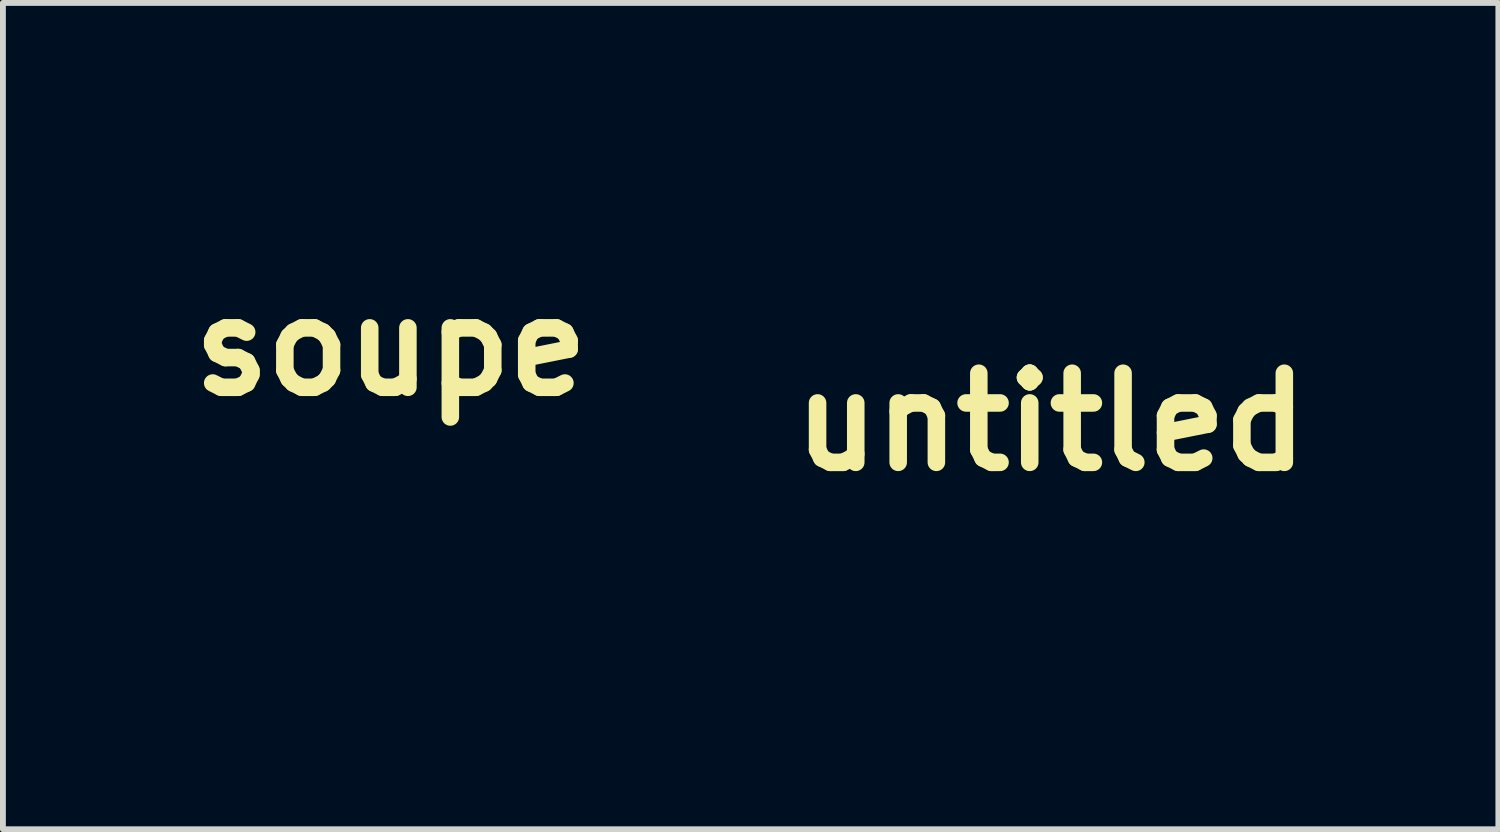
<source format=kicad_pcb>
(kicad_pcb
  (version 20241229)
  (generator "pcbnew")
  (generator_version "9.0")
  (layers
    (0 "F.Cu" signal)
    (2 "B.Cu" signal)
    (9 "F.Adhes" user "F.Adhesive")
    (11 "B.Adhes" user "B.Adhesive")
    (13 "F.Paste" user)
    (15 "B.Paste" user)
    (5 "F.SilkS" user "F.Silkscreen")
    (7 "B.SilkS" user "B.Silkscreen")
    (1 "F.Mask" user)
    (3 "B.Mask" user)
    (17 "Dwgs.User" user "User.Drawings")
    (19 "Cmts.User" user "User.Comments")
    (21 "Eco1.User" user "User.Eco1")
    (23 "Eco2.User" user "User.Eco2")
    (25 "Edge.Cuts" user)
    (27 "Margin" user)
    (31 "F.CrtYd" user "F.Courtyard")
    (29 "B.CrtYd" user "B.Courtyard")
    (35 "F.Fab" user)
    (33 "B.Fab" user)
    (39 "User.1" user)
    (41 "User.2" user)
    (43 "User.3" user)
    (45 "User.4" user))
  (footprint "untitled"
    (layer "F.Cu")
    (at 14.924 4.168)
    (property "Reference" "untitled" (at 0 0 0) (layer "F.SilkS") (effects (font (size 1.524 1.524) (thickness 0.3))))
    (attr through_hole)
    (fp_poly (pts (xy 1.693 -2.498) (xy 1.022 -2.498) (xy 1.008 -2.376) (xy 1.004 -2.323) (xy 1.002 -2.234) (xy 1.002 -2.117) (xy 1.002 -1.978) (xy 1.004 -1.824) (xy 1.008 -1.662) (xy 1.008 -1.656) (xy 1.023 -1.058) (xy 0.79 -1.058) (xy 0.776 -1.474) (xy 0.771 -1.63) (xy 0.767 -1.798) (xy 0.764 -1.962) (xy 0.762 -2.108) (xy 0.762 -2.194) (xy 0.762 -2.498) (xy 0.254 -2.498) (xy 0.254 -2.731) (xy 1.693 -2.731) (xy 1.693 -2.498)) (stroke (width 0.01) (type solid)) (fill yes) (layer "F.Mask"))
    (fp_poly (pts (xy 1.529 -4.159) (xy 1.688 -4.145) (xy 1.831 -4.121) (xy 1.934 -4.093) (xy 2 -4.074) (xy 2.057 -4.064) (xy 2.066 -4.064) (xy 2.107 -4.056) (xy 2.171 -4.035) (xy 2.248 -4.004) (xy 2.328 -3.969) (xy 2.403 -3.934) (xy 2.461 -3.903) (xy 2.494 -3.88) (xy 2.498 -3.873) (xy 2.514 -3.856) (xy 2.554 -3.828) (xy 2.562 -3.823) (xy 2.647 -3.762) (xy 2.724 -3.686) (xy 2.786 -3.605) (xy 2.826 -3.528) (xy 2.836 -3.478) (xy 2.845 -3.435) (xy 2.867 -3.376) (xy 2.876 -3.355) (xy 2.916 -3.265) (xy 2.943 -3.183) (xy 2.961 -3.095) (xy 2.972 -2.989) (xy 2.978 -2.889) (xy 2.985 -2.79) (xy 2.995 -2.704) (xy 3.005 -2.64) (xy 3.014 -2.614) (xy 3.019 -2.587) (xy 3.024 -2.526) (xy 3.029 -2.43) (xy 3.034 -2.297) (xy 3.038 -2.127) (xy 3.042 -1.918) (xy 3.046 -1.67) (xy 3.05 -1.381) (xy 3.054 -1.101) (xy 3.06 -0.508) (xy 3.065 0.042) (xy 3.068 0.552) (xy 3.071 1.02) (xy 3.072 1.449) (xy 3.073 1.839) (xy 3.072 2.19) (xy 3.069 2.503) (xy 3.066 2.778) (xy 3.061 3.016) (xy 3.055 3.218) (xy 3.048 3.384) (xy 3.04 3.515) (xy 3.03 3.611) (xy 3.019 3.673) (xy 3.007 3.702) (xy 3.002 3.704) (xy 2.988 3.722) (xy 2.985 3.747) (xy 2.979 3.771) (xy 2.958 3.784) (xy 2.909 3.788) (xy 2.868 3.789) (xy 2.752 3.789) (xy 2.752 3.651) (xy 2.754 3.581) (xy 2.761 3.532) (xy 2.769 3.514) (xy 2.782 3.5) (xy 2.793 3.46) (xy 2.803 3.392) (xy 2.811 3.295) (xy 2.819 3.167) (xy 2.825 3.009) (xy 2.83 2.819) (xy 2.834 2.596) (xy 2.837 2.339) (xy 2.839 2.047) (xy 2.839 1.72) (xy 2.838 1.356) (xy 2.837 0.954) (xy 2.834 0.513) (xy 2.83 0.033) (xy 2.825 -0.488) (xy 2.821 -0.912) (xy 2.817 -1.231) (xy 2.813 -1.509) (xy 2.809 -1.747) (xy 2.805 -1.947) (xy 2.801 -2.109) (xy 2.797 -2.236) (xy 2.792 -2.328) (xy 2.787 -2.387) (xy 2.782 -2.414) (xy 2.781 -2.415) (xy 2.77 -2.447) (xy 2.76 -2.512) (xy 2.751 -2.599) (xy 2.745 -2.688) (xy 2.729 -2.878) (xy 2.701 -3.027) (xy 2.66 -3.139) (xy 2.636 -3.18) (xy 2.611 -3.235) (xy 2.603 -3.276) (xy 2.595 -3.329) (xy 2.568 -3.384) (xy 2.518 -3.448) (xy 2.442 -3.525) (xy 2.334 -3.62) (xy 2.326 -3.627) (xy 2.275 -3.661) (xy 2.195 -3.706) (xy 2.094 -3.755) (xy 2.043 -3.778) (xy 1.969 -3.805) (xy 1.869 -3.834) (xy 1.755 -3.862) (xy 1.634 -3.887) (xy 1.518 -3.909) (xy 1.414 -3.924) (xy 1.334 -3.931) (xy 1.291 -3.929) (xy 1.244 -3.919) (xy 1.171 -3.905) (xy 1.088 -3.889) (xy 1.086 -3.889) (xy 1.015 -3.874) (xy 0.96 -3.858) (xy 0.91 -3.836) (xy 0.86 -3.802) (xy 0.8 -3.752) (xy 0.723 -3.68) (xy 0.66 -3.621) (xy 0.594 -3.562) (xy 0.529 -3.511) (xy 0.481 -3.479) (xy 0.417 -3.438) (xy 0.359 -3.388) (xy 0.31 -3.346) (xy 0.242 -3.298) (xy 0.193 -3.269) (xy 0.128 -3.228) (xy 0.078 -3.186) (xy 0.058 -3.16) (xy 0.026 -3.118) (xy -0.002 -3.1) (xy -0.035 -3.074) (xy -0.076 -3.017) (xy -0.121 -2.941) (xy -0.163 -2.857) (xy -0.197 -2.773) (xy -0.218 -2.701) (xy -0.218 -2.699) (xy -0.227 -2.633) (xy -0.236 -2.539) (xy -0.243 -2.431) (xy -0.247 -2.355) (xy -0.257 -2.117) (xy -0.34 -2.117) (xy -0.377 -2.112) (xy -0.426 -2.097) (xy -0.492 -2.07) (xy -0.581 -2.028) (xy -0.696 -1.969) (xy -0.841 -1.893) (xy -0.962 -1.827) (xy -1.071 -1.768) (xy -1.161 -1.718) (xy -1.227 -1.68) (xy -1.264 -1.657) (xy -1.27 -1.653) (xy -1.291 -1.638) (xy -1.344 -1.606) (xy -1.42 -1.563) (xy -1.515 -1.511) (xy -1.587 -1.472) (xy -1.692 -1.415) (xy -1.784 -1.363) (xy -1.856 -1.32) (xy -1.902 -1.29) (xy -1.915 -1.28) (xy -1.942 -1.26) (xy -1.997 -1.226) (xy -2.075 -1.182) (xy -2.166 -1.132) (xy -2.17 -1.13) (xy -2.259 -1.082) (xy -2.334 -1.04) (xy -2.386 -1.008) (xy -2.409 -0.991) (xy -2.41 -0.99) (xy -2.432 -0.969) (xy -2.476 -0.942) (xy -2.479 -0.941) (xy -2.518 -0.914) (xy -2.532 -0.893) (xy -2.531 -0.892) (xy -2.507 -0.88) (xy -2.451 -0.865) (xy -2.377 -0.85) (xy -2.366 -0.848) (xy -2.261 -0.83) (xy -2.145 -0.808) (xy -2.064 -0.793) (xy -1.965 -0.776) (xy -1.848 -0.758) (xy -1.722 -0.74) (xy -1.597 -0.724) (xy -1.483 -0.71) (xy -1.391 -0.702) (xy -1.33 -0.698) (xy -1.33 -0.698) (xy -1.258 -0.692) (xy -1.194 -0.676) (xy -1.192 -0.675) (xy -1.151 -0.665) (xy -1.077 -0.654) (xy -0.977 -0.641) (xy -0.861 -0.629) (xy -0.785 -0.622) (xy -0.667 -0.611) (xy -0.564 -0.6) (xy -0.482 -0.589) (xy -0.43 -0.579) (xy -0.415 -0.574) (xy -0.379 -0.558) (xy -0.324 -0.543) (xy -0.322 -0.543) (xy -0.292 -0.538) (xy -0.267 -0.533) (xy -0.245 -0.524) (xy -0.228 -0.508) (xy -0.214 -0.483) (xy -0.202 -0.444) (xy -0.193 -0.388) (xy -0.186 -0.313) (xy -0.181 -0.215) (xy -0.176 -0.09) (xy -0.173 0.064) (xy -0.17 0.252) (xy -0.166 0.475) (xy -0.163 0.708) (xy -0.158 1.101) (xy -0.154 1.457) (xy -0.152 1.778) (xy -0.153 2.068) (xy -0.155 2.332) (xy -0.159 2.574) (xy -0.166 2.797) (xy -0.175 3.005) (xy -0.186 3.203) (xy -0.2 3.394) (xy -0.216 3.582) (xy -0.236 3.771) (xy -0.246 3.868) (xy -0.257 3.958) (xy -0.493 3.958) (xy -0.479 3.72) (xy -0.469 3.594) (xy -0.455 3.448) (xy -0.439 3.304) (xy -0.429 3.228) (xy -0.422 3.173) (xy -0.416 3.115) (xy -0.411 3.049) (xy -0.407 2.971) (xy -0.404 2.88) (xy -0.401 2.771) (xy -0.399 2.641) (xy -0.398 2.486) (xy -0.397 2.304) (xy -0.396 2.09) (xy -0.397 1.842) (xy -0.397 1.556) (xy -0.397 1.46) (xy -0.398 1.208) (xy -0.399 0.965) (xy -0.4 0.736) (xy -0.402 0.524) (xy -0.404 0.333) (xy -0.406 0.167) (xy -0.408 0.03) (xy -0.41 -0.076) (xy -0.412 -0.145) (xy -0.414 -0.171) (xy -0.427 -0.289) (xy -0.589 -0.334) (xy -0.702 -0.359) (xy -0.841 -0.379) (xy -0.99 -0.392) (xy -1.005 -0.393) (xy -1.114 -0.401) (xy -1.216 -0.412) (xy -1.298 -0.425) (xy -1.344 -0.436) (xy -1.423 -0.455) (xy -1.504 -0.465) (xy -1.513 -0.465) (xy -1.578 -0.469) (xy -1.677 -0.479) (xy -1.8 -0.494) (xy -1.94 -0.513) (xy -2.088 -0.535) (xy -2.236 -0.559) (xy -2.249 -0.561) (xy -2.462 -0.597) (xy -2.635 -0.626) (xy -2.772 -0.649) (xy -2.874 -0.666) (xy -2.91 -0.671) (xy -3.016 -0.688) (xy -3.023 -0.781) (xy -3.025 -0.872) (xy -3.01 -0.935) (xy -2.972 -0.981) (xy -2.903 -1.024) (xy -2.878 -1.037) (xy -2.814 -1.072) (xy -2.769 -1.102) (xy -2.752 -1.121) (xy -2.734 -1.142) (xy -2.713 -1.152) (xy -2.667 -1.176) (xy -2.634 -1.202) (xy -2.599 -1.227) (xy -2.537 -1.266) (xy -2.454 -1.313) (xy -2.366 -1.362) (xy -2.275 -1.412) (xy -2.196 -1.457) (xy -2.137 -1.493) (xy -2.108 -1.514) (xy -2.079 -1.535) (xy -2.02 -1.571) (xy -1.938 -1.618) (xy -1.84 -1.672) (xy -1.774 -1.708) (xy -1.671 -1.763) (xy -1.582 -1.813) (xy -1.512 -1.853) (xy -1.47 -1.879) (xy -1.459 -1.887) (xy -1.438 -1.902) (xy -1.385 -1.933) (xy -1.306 -1.978) (xy -1.206 -2.033) (xy -1.091 -2.095) (xy -1.049 -2.117) (xy -0.929 -2.182) (xy -0.821 -2.242) (xy -0.73 -2.293) (xy -0.663 -2.333) (xy -0.625 -2.357) (xy -0.62 -2.361) (xy -0.575 -2.386) (xy -0.54 -2.392) (xy -0.516 -2.394) (xy -0.501 -2.406) (xy -0.492 -2.435) (xy -0.485 -2.49) (xy -0.48 -2.579) (xy -0.48 -2.588) (xy -0.473 -2.69) (xy -0.464 -2.79) (xy -0.454 -2.871) (xy -0.451 -2.889) (xy -0.431 -2.96) (xy -0.398 -3.044) (xy -0.357 -3.131) (xy -0.312 -3.211) (xy -0.269 -3.274) (xy -0.234 -3.31) (xy -0.226 -3.314) (xy -0.188 -3.342) (xy -0.166 -3.376) (xy -0.135 -3.413) (xy -0.08 -3.456) (xy -0.035 -3.483) (xy 0.037 -3.526) (xy 0.102 -3.574) (xy 0.129 -3.599) (xy 0.188 -3.65) (xy 0.255 -3.694) (xy 0.256 -3.694) (xy 0.309 -3.729) (xy 0.376 -3.782) (xy 0.434 -3.833) (xy 0.513 -3.909) (xy 0.568 -3.961) (xy 0.607 -3.997) (xy 0.637 -4.021) (xy 0.664 -4.04) (xy 0.684 -4.053) (xy 0.77 -4.092) (xy 0.889 -4.123) (xy 1.032 -4.145) (xy 1.192 -4.159) (xy 1.361 -4.163) (xy 1.529 -4.159)) (stroke (width 0.01) (type solid)) (fill yes) (layer "F.Mask")))
  (footprint "soupe"
    (layer "F.Cu")
    (at 3.636 2.884)
    (property "Reference" "soupe" (at 0 0 0) (layer "F.SilkS") (effects (font (size 1.524 1.524) (thickness 0.3))))
    (attr through_hole)
    (fp_poly (pts (xy -0.36 -2.646) (xy 0.381 -2.646) (xy 0.381 -2.879) (xy 0.593 -2.879) (xy 0.593 -2.646) (xy 1.27 -2.646) (xy 1.27 -2.434) (xy 0.593 -2.434) (xy 0.593 -2.223) (xy 0.381 -2.223) (xy 0.381 -2.434) (xy -0.36 -2.434) (xy -0.36 -2.223) (xy -0.593 -2.223) (xy -0.593 -2.434) (xy -1.27 -2.434) (xy -1.27 -2.646) (xy -0.593 -2.646) (xy -0.593 -2.879) (xy -0.36 -2.879) (xy -0.36 -2.646)) (stroke (width 0.01) (type solid)) (fill yes) (layer "F.Mask"))
    (fp_poly (pts (xy -0.677 0.783) (xy -0.381 0.783) (xy -0.381 1.016) (xy -0.677 1.016) (xy -0.677 1.084) (xy -0.67 1.125) (xy -0.644 1.182) (xy -0.599 1.261) (xy -0.531 1.366) (xy -0.507 1.401) (xy -0.336 1.651) (xy -0.402 1.746) (xy -0.441 1.799) (xy -0.471 1.834) (xy -0.483 1.841) (xy -0.499 1.824) (xy -0.528 1.777) (xy -0.566 1.708) (xy -0.587 1.667) (xy -0.675 1.492) (xy -0.677 2.857) (xy -0.91 2.857) (xy -0.911 2.281) (xy -0.912 1.704) (xy -0.961 1.831) (xy -0.997 1.917) (xy -1.037 2.008) (xy -1.079 2.093) (xy -1.117 2.166) (xy -1.146 2.215) (xy -1.16 2.231) (xy -1.184 2.224) (xy -1.225 2.193) (xy -1.248 2.17) (xy -1.318 2.098) (xy -1.222 1.912) (xy -1.101 1.646) (xy -1.006 1.367) (xy -0.974 1.251) (xy -0.949 1.149) (xy -0.935 1.082) (xy -0.938 1.043) (xy -0.959 1.023) (xy -1.003 1.017) (xy -1.072 1.016) (xy -1.079 1.016) (xy -1.228 1.016) (xy -1.228 0.783) (xy -0.91 0.783) (xy -0.91 0.275) (xy -0.677 0.275) (xy -0.677 0.783)) (stroke (width 0.01) (type solid)) (fill yes) (layer "F.Mask"))
    (fp_poly (pts (xy 0.634 -1.353) (xy 0.665 -1.345) (xy 0.676 -1.323) (xy 0.677 -1.291) (xy 0.677 -1.228) (xy 1.234 -1.228) (xy 1.22 -0.926) (xy 1.21 -0.757) (xy 1.197 -0.625) (xy 1.179 -0.525) (xy 1.156 -0.452) (xy 1.126 -0.402) (xy 1.098 -0.375) (xy 1.009 -0.332) (xy 0.889 -0.31) (xy 0.745 -0.31) (xy 0.723 -0.312) (xy 0.647 -0.321) (xy 0.6 -0.337) (xy 0.573 -0.37) (xy 0.553 -0.429) (xy 0.543 -0.47) (xy 0.529 -0.527) (xy 0.738 -0.515) (xy 0.834 -0.509) (xy 0.896 -0.508) (xy 0.934 -0.512) (xy 0.956 -0.524) (xy 0.97 -0.544) (xy 0.975 -0.553) (xy 0.987 -0.595) (xy 0.999 -0.668) (xy 1.008 -0.759) (xy 1.012 -0.82) (xy 1.022 -1.037) (xy 0.642 -1.037) (xy 0.618 -0.932) (xy 0.557 -0.754) (xy 0.46 -0.592) (xy 0.335 -0.454) (xy 0.214 -0.363) (xy 0.112 -0.3) (xy 0.021 -0.379) (xy -0.069 -0.457) (xy 0.022 -0.498) (xy 0.137 -0.568) (xy 0.243 -0.667) (xy 0.332 -0.784) (xy 0.394 -0.907) (xy 0.412 -0.968) (xy 0.427 -1.037) (xy 0.085 -1.037) (xy 0.085 -1.228) (xy 0.466 -1.228) (xy 0.466 -1.291) (xy 0.468 -1.329) (xy 0.482 -1.348) (xy 0.519 -1.354) (xy 0.572 -1.355) (xy 0.634 -1.353)) (stroke (width 0.01) (type solid)) (fill yes) (layer "F.Mask"))
    (fp_poly (pts (xy -0.009 -2.191) (xy -0.023 -2.117) (xy 1.086 -2.117) (xy 1.073 -1.899) (xy 1.065 -1.799) (xy 1.054 -1.708) (xy 1.042 -1.638) (xy 1.035 -1.613) (xy 0.994 -1.545) (xy 0.922 -1.499) (xy 0.818 -1.473) (xy 0.68 -1.466) (xy 0.506 -1.479) (xy 0.492 -1.481) (xy 0.281 -1.507) (xy 0.259 -1.605) (xy 0.246 -1.663) (xy 0.24 -1.7) (xy 0.24 -1.706) (xy 0.261 -1.705) (xy 0.313 -1.7) (xy 0.386 -1.692) (xy 0.392 -1.691) (xy 0.545 -1.677) (xy 0.67 -1.673) (xy 0.761 -1.679) (xy 0.815 -1.696) (xy 0.826 -1.704) (xy 0.844 -1.744) (xy 0.859 -1.806) (xy 0.863 -1.831) (xy 0.873 -1.926) (xy -0.097 -1.926) (xy -0.131 -1.868) (xy -0.22 -1.755) (xy -0.343 -1.65) (xy -0.494 -1.558) (xy -0.667 -1.484) (xy -0.804 -1.442) (xy -0.919 -1.414) (xy -1 -1.396) (xy -1.053 -1.388) (xy -1.087 -1.392) (xy -1.109 -1.408) (xy -1.126 -1.437) (xy -1.142 -1.474) (xy -1.167 -1.531) (xy -1.183 -1.569) (xy -1.185 -1.578) (xy -1.167 -1.584) (xy -1.12 -1.594) (xy -1.095 -1.598) (xy -0.929 -1.631) (xy -0.77 -1.676) (xy -0.625 -1.728) (xy -0.503 -1.785) (xy -0.412 -1.845) (xy -0.383 -1.872) (xy -0.331 -1.926) (xy -1.058 -1.926) (xy -1.058 -2.117) (xy -0.235 -2.117) (xy -0.221 -2.191) (xy -0.21 -2.235) (xy -0.193 -2.256) (xy -0.155 -2.264) (xy -0.101 -2.265) (xy 0.005 -2.265) (xy -0.009 -2.191)) (stroke (width 0.01) (type solid)) (fill yes) (layer "F.Mask"))
    (fp_poly (pts (xy -0.592 -1.353) (xy -0.561 -1.344) (xy -0.551 -1.321) (xy -0.55 -1.291) (xy -0.55 -1.228) (xy -0.042 -1.228) (xy -0.043 -1.064) (xy -0.046 -0.929) (xy -0.054 -0.795) (xy -0.065 -0.668) (xy -0.079 -0.558) (xy -0.095 -0.471) (xy -0.112 -0.417) (xy -0.116 -0.411) (xy -0.155 -0.365) (xy -0.188 -0.34) (xy -0.245 -0.322) (xy -0.331 -0.311) (xy -0.435 -0.307) (xy -0.542 -0.311) (xy -0.606 -0.318) (xy -0.642 -0.332) (xy -0.661 -0.361) (xy -0.674 -0.4) (xy -0.691 -0.46) (xy -0.694 -0.498) (xy -0.677 -0.517) (xy -0.633 -0.522) (xy -0.556 -0.519) (xy -0.513 -0.516) (xy -0.419 -0.51) (xy -0.352 -0.513) (xy -0.309 -0.531) (xy -0.283 -0.57) (xy -0.269 -0.636) (xy -0.261 -0.735) (xy -0.258 -0.806) (xy -0.249 -1.037) (xy -0.589 -1.037) (xy -0.603 -0.955) (xy -0.631 -0.854) (xy -0.682 -0.739) (xy -0.747 -0.626) (xy -0.817 -0.531) (xy -0.88 -0.467) (xy -0.953 -0.407) (xy -1.026 -0.357) (xy -1.088 -0.326) (xy -1.121 -0.318) (xy -1.155 -0.33) (xy -1.198 -0.359) (xy -1.24 -0.396) (xy -1.27 -0.43) (xy -1.28 -0.455) (xy -1.275 -0.459) (xy -1.219 -0.488) (xy -1.145 -0.537) (xy -1.067 -0.596) (xy -0.997 -0.654) (xy -0.948 -0.703) (xy -0.943 -0.709) (xy -0.896 -0.78) (xy -0.853 -0.861) (xy -0.82 -0.936) (xy -0.805 -0.994) (xy -0.805 -1) (xy -0.809 -1.017) (xy -0.828 -1.028) (xy -0.868 -1.034) (xy -0.938 -1.037) (xy -1.005 -1.037) (xy -1.206 -1.037) (xy -1.206 -1.228) (xy -0.782 -1.228) (xy -0.769 -1.291) (xy -0.759 -1.329) (xy -0.738 -1.348) (xy -0.695 -1.354) (xy -0.654 -1.355) (xy -0.592 -1.353)) (stroke (width 0.01) (type solid)) (fill yes) (layer "F.Mask"))
    (fp_poly (pts (xy 0.593 0.699) (xy 1.249 0.699) (xy 1.249 0.91) (xy 0.593 0.91) (xy 0.593 1.355) (xy 1.122 1.355) (xy 1.122 1.466) (xy 1.106 1.568) (xy 1.063 1.692) (xy 0.994 1.832) (xy 0.904 1.982) (xy 0.795 2.136) (xy 0.746 2.198) (xy 0.672 2.289) (xy 0.72 2.325) (xy 0.84 2.405) (xy 0.979 2.486) (xy 1.116 2.555) (xy 1.159 2.573) (xy 1.229 2.603) (xy 1.282 2.625) (xy 1.308 2.637) (xy 1.308 2.637) (xy 1.302 2.656) (xy 1.28 2.702) (xy 1.249 2.759) (xy 1.182 2.877) (xy 1.062 2.824) (xy 0.936 2.763) (xy 0.807 2.69) (xy 0.687 2.613) (xy 0.592 2.542) (xy 0.583 2.534) (xy 0.499 2.461) (xy 0.363 2.565) (xy 0.143 2.709) (xy -0.11 2.829) (xy -0.127 2.836) (xy -0.233 2.878) (xy -0.287 2.77) (xy -0.315 2.711) (xy -0.332 2.669) (xy -0.335 2.656) (xy -0.313 2.646) (xy -0.263 2.624) (xy -0.195 2.596) (xy -0.194 2.596) (xy -0.078 2.544) (xy 0.041 2.483) (xy 0.152 2.42) (xy 0.24 2.361) (xy 0.262 2.344) (xy 0.324 2.294) (xy 0.224 2.158) (xy 0.172 2.08) (xy 0.112 1.979) (xy 0.052 1.869) (xy 0.014 1.795) (xy -0.035 1.695) (xy -0.072 1.629) (xy -0.1 1.59) (xy -0.102 1.588) (xy 0.169 1.588) (xy 0.18 1.627) (xy 0.209 1.689) (xy 0.251 1.767) (xy 0.301 1.853) (xy 0.354 1.938) (xy 0.406 2.015) (xy 0.451 2.075) (xy 0.484 2.111) (xy 0.495 2.117) (xy 0.511 2.101) (xy 0.544 2.06) (xy 0.586 2.006) (xy 0.63 1.944) (xy 0.681 1.868) (xy 0.733 1.786) (xy 0.781 1.707) (xy 0.819 1.641) (xy 0.842 1.595) (xy 0.847 1.581) (xy 0.827 1.576) (xy 0.771 1.572) (xy 0.688 1.569) (xy 0.584 1.567) (xy 0.508 1.566) (xy 0.368 1.568) (xy 0.264 1.572) (xy 0.197 1.578) (xy 0.17 1.587) (xy 0.169 1.588) (xy -0.102 1.588) (xy -0.124 1.571) (xy -0.143 1.567) (xy -0.171 1.562) (xy -0.185 1.542) (xy -0.19 1.495) (xy -0.191 1.46) (xy -0.191 1.355) (xy 0.381 1.355) (xy 0.381 0.91) (xy -0.275 0.91) (xy -0.275 0.699) (xy 0.381 0.699) (xy 0.381 0.275) (xy 0.593 0.275) (xy 0.593 0.699)) (stroke (width 0.01) (type solid)) (fill yes) (layer "F.Mask")))
  (gr_rect
    (start -3 -3)
    (end 22.576 11.132)
    (stroke (width 0.1) (type default))
    (fill no)
    (layer "Edge.Cuts")))
</source>
